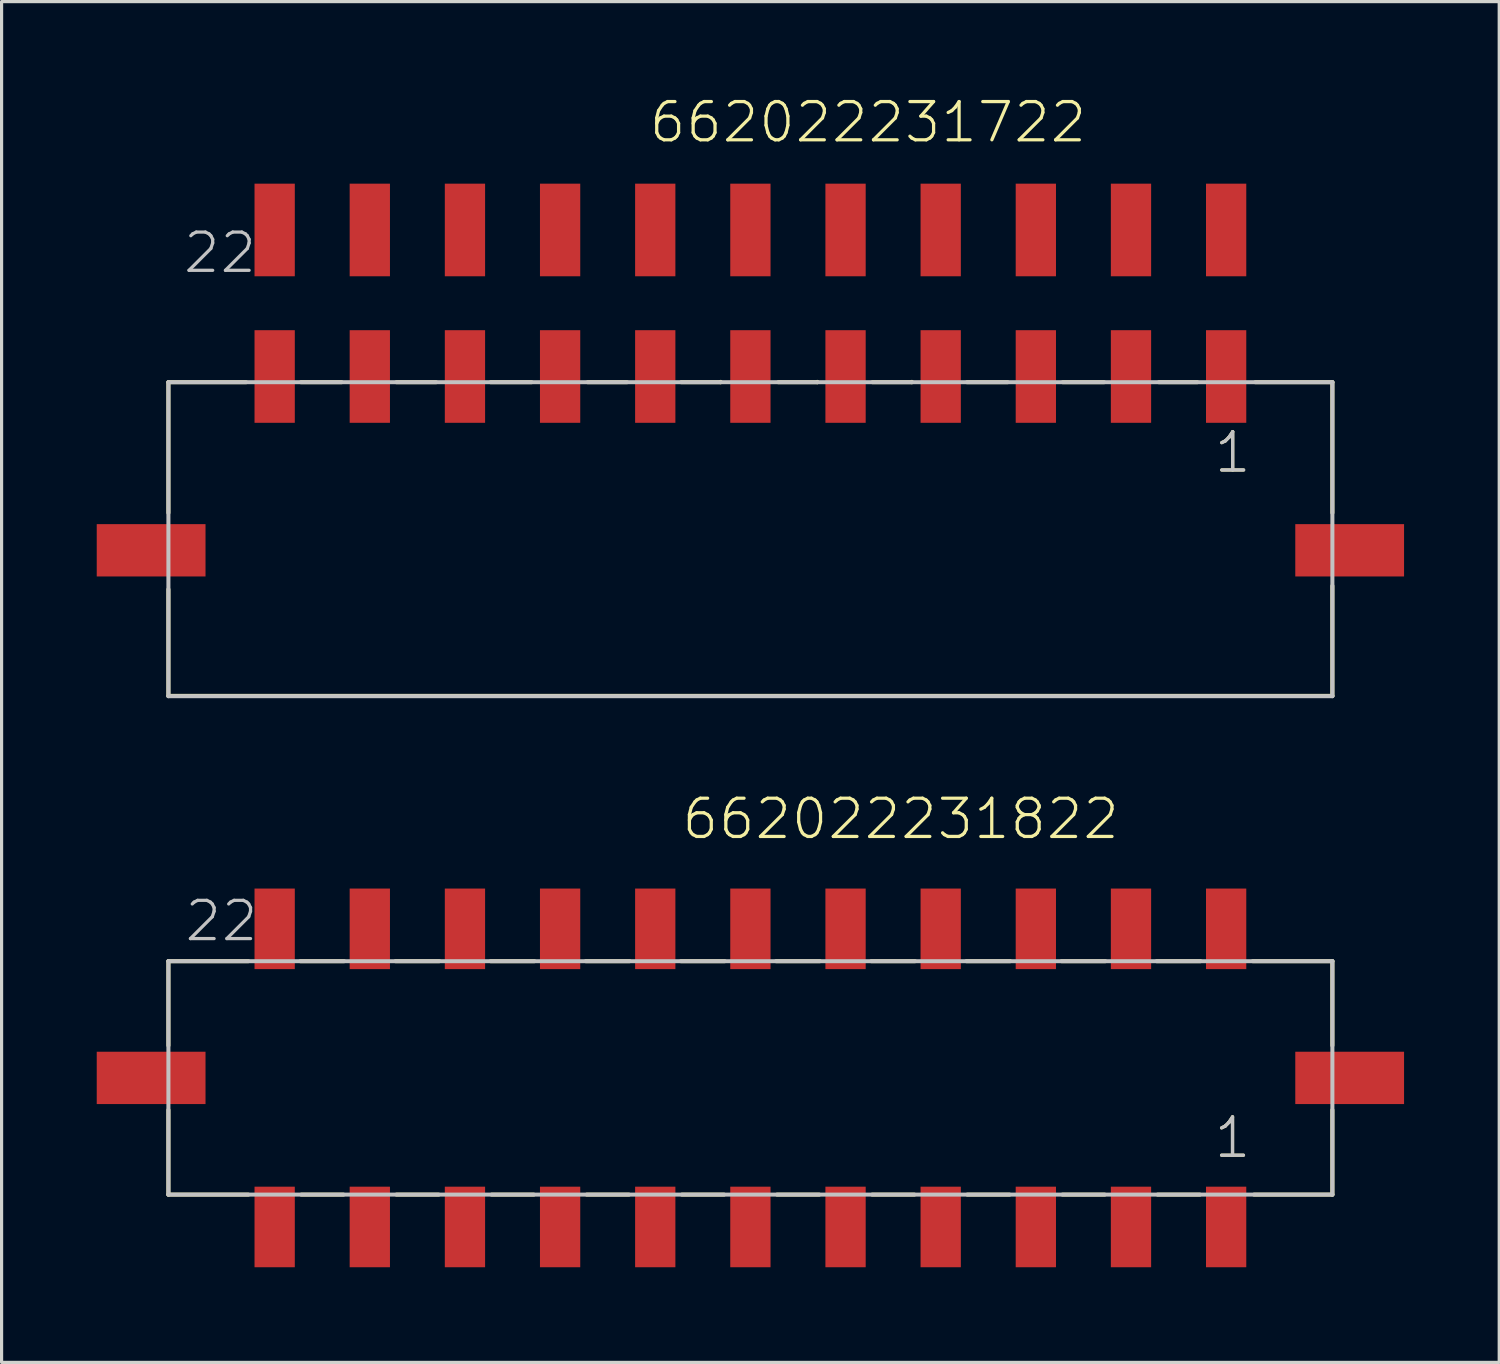
<source format=kicad_pcb>
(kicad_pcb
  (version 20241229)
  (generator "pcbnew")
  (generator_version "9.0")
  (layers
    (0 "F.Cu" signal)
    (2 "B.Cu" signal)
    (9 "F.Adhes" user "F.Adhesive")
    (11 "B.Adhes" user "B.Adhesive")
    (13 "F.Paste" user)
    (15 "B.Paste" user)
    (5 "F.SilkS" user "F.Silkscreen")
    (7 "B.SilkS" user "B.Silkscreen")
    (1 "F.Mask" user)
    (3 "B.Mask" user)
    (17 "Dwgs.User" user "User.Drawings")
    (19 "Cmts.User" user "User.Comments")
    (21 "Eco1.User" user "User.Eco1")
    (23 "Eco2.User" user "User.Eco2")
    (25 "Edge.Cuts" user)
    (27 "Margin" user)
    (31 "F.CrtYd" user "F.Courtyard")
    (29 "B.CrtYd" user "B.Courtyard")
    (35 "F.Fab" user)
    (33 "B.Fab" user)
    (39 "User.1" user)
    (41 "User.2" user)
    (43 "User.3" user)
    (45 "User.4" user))
  (footprint "662022231722"
    (layer "F.Cu")
    (at 20.61 14.301)
    (property "Reference" "662022231722" (at -3.25 -12.79 0) (layer "F.SilkS") (effects (font (size 1.206 1.206) (thickness 0.102)) (justify left bottom)))
    (attr through_hole)
    (fp_line (start -18.35 -5.3) (end -18.35 -1.18) (stroke (width 0.127) (type solid)) (layer "F.SilkS"))
    (fp_line (start -18.35 1.23) (end -18.35 4.59) (stroke (width 0.127) (type solid)) (layer "F.SilkS"))
    (fp_line (start -18.35 4.59) (end 18.35 4.59) (stroke (width 0.127) (type solid)) (layer "F.SilkS"))
    (fp_line (start -15.9 -5.3) (end -18.35 -5.3) (stroke (width 0.127) (type solid)) (layer "F.SilkS"))
    (fp_line (start -14.17 -5.3) (end -12.89 -5.3) (stroke (width 0.127) (type solid)) (layer "F.SilkS"))
    (fp_line (start -11.16 -5.3) (end -9.91 -5.3) (stroke (width 0.127) (type solid)) (layer "F.SilkS"))
    (fp_line (start -8.19 -5.3) (end -6.9 -5.3) (stroke (width 0.127) (type solid)) (layer "F.SilkS"))
    (fp_line (start -5.13 -5.3) (end -3.89 -5.3) (stroke (width 0.127) (type solid)) (layer "F.SilkS"))
    (fp_line (start -2.18 -5.3) (end -0.94 -5.3) (stroke (width 0.127) (type solid)) (layer "F.SilkS"))
    (fp_line (start -0.94 -5.3) (end -0.94 -5.31) (stroke (width 0.127) (type solid)) (layer "F.SilkS"))
    (fp_line (start 0.88 -5.3) (end 2.11 -5.3) (stroke (width 0.127) (type solid)) (layer "F.SilkS"))
    (fp_line (start 2.11 -5.3) (end 2.11 -5.31) (stroke (width 0.127) (type solid)) (layer "F.SilkS"))
    (fp_line (start 3.85 -5.3) (end 5.09 -5.3) (stroke (width 0.127) (type solid)) (layer "F.SilkS"))
    (fp_line (start 5.09 -5.3) (end 5.09 -5.31) (stroke (width 0.127) (type solid)) (layer "F.SilkS"))
    (fp_line (start 6.83 -5.3) (end 8.11 -5.3) (stroke (width 0.127) (type solid)) (layer "F.SilkS"))
    (fp_line (start 9.85 -5.3) (end 11.15 -5.3) (stroke (width 0.127) (type solid)) (layer "F.SilkS"))
    (fp_line (start 12.88 -5.3) (end 14.09 -5.3) (stroke (width 0.127) (type solid)) (layer "F.SilkS"))
    (fp_line (start 15.92 -5.3) (end 18.35 -5.3) (stroke (width 0.127) (type solid)) (layer "F.SilkS"))
    (fp_line (start 18.35 -5.3) (end 18.35 -1.18) (stroke (width 0.127) (type solid)) (layer "F.SilkS"))
    (fp_line (start 18.35 4.59) (end 18.35 1.12) (stroke (width 0.127) (type solid)) (layer "F.SilkS"))
    (fp_line (start -18.35 -5.3) (end 18.35 -5.3) (stroke (width 0.127) (type solid)) (layer "Dwgs.User"))
    (fp_line (start -18.35 4.6) (end -18.35 -5.3) (stroke (width 0.127) (type solid)) (layer "Dwgs.User"))
    (fp_line (start 18.35 -5.3) (end 18.35 4.6) (stroke (width 0.127) (type solid)) (layer "Dwgs.User"))
    (fp_line (start 18.35 4.6) (end -18.35 4.6) (stroke (width 0.127) (type solid)) (layer "Dwgs.User"))
    (fp_text user "1" (at 14.565 -2.38 0) (layer "F.SilkS") (effects (font (size 1.206 1.206) (thickness 0.102)) (justify left bottom)))
    (fp_text user "22" (at -17.94 -8.675 0) (layer "Dwgs.User") (effects (font (size 1.206 1.206) (thickness 0.102)) (justify left bottom)))
    (fp_text user "1" (at 14.565 -2.38 0) (layer "Dwgs.User") (effects (font (size 1.206 1.206) (thickness 0.102)) (justify left bottom)))
    (pad "1" smd rect (at 15 -5.48 90) (size 2.92 1.27) (layers "F.Cu" "F.Mask" "F.Paste"))
    (pad "2" smd rect (at 12 -5.48 90) (size 2.92 1.27) (layers "F.Cu" "F.Mask" "F.Paste"))
    (pad "3" smd rect (at 9 -5.48 90) (size 2.92 1.27) (layers "F.Cu" "F.Mask" "F.Paste"))
    (pad "4" smd rect (at 6 -5.48 90) (size 2.92 1.27) (layers "F.Cu" "F.Mask" "F.Paste"))
    (pad "5" smd rect (at 3 -5.48 90) (size 2.92 1.27) (layers "F.Cu" "F.Mask" "F.Paste"))
    (pad "6" smd rect (at 0 -5.48 90) (size 2.92 1.27) (layers "F.Cu" "F.Mask" "F.Paste"))
    (pad "7" smd rect (at -3 -5.48 90) (size 2.92 1.27) (layers "F.Cu" "F.Mask" "F.Paste"))
    (pad "8" smd rect (at -6 -5.48 90) (size 2.92 1.27) (layers "F.Cu" "F.Mask" "F.Paste"))
    (pad "9" smd rect (at -9 -5.48 90) (size 2.92 1.27) (layers "F.Cu" "F.Mask" "F.Paste"))
    (pad "10" smd rect (at -12 -5.48 90) (size 2.92 1.27) (layers "F.Cu" "F.Mask" "F.Paste"))
    (pad "11" smd rect (at -15 -5.48 90) (size 2.92 1.27) (layers "F.Cu" "F.Mask" "F.Paste"))
    (pad "12" smd rect (at 15 -10.1 90) (size 2.92 1.27) (layers "F.Cu" "F.Mask" "F.Paste"))
    (pad "13" smd rect (at 12 -10.1 90) (size 2.92 1.27) (layers "F.Cu" "F.Mask" "F.Paste"))
    (pad "14" smd rect (at 9 -10.1 90) (size 2.92 1.27) (layers "F.Cu" "F.Mask" "F.Paste"))
    (pad "15" smd rect (at 6 -10.1 90) (size 2.92 1.27) (layers "F.Cu" "F.Mask" "F.Paste"))
    (pad "16" smd rect (at 3 -10.1 90) (size 2.92 1.27) (layers "F.Cu" "F.Mask" "F.Paste"))
    (pad "17" smd rect (at 0 -10.1 90) (size 2.92 1.27) (layers "F.Cu" "F.Mask" "F.Paste"))
    (pad "18" smd rect (at -3 -10.1 90) (size 2.92 1.27) (layers "F.Cu" "F.Mask" "F.Paste"))
    (pad "19" smd rect (at -6 -10.1 90) (size 2.92 1.27) (layers "F.Cu" "F.Mask" "F.Paste"))
    (pad "20" smd rect (at -9 -10.1 90) (size 2.92 1.27) (layers "F.Cu" "F.Mask" "F.Paste"))
    (pad "21" smd rect (at -12 -10.1 90) (size 2.92 1.27) (layers "F.Cu" "F.Mask" "F.Paste"))
    (pad "22" smd rect (at -15 -10.1 90) (size 2.92 1.27) (layers "F.Cu" "F.Mask" "F.Paste"))
    (pad "M1" smd rect (at 18.895 0) (size 3.43 1.65) (layers "F.Cu" "F.Mask" "F.Paste"))
    (pad "M2" smd rect (at -18.895 0) (size 3.43 1.65) (layers "F.Cu" "F.Mask" "F.Paste")))
  (footprint "662022231822"
    (layer "F.Cu")
    (at 20.61 30.936)
    (property "Reference" "662022231822" (at -2.22 -7.46 0) (layer "F.SilkS") (effects (font (size 1.206 1.206) (thickness 0.102)) (justify left bottom)))
    (attr through_hole)
    (fp_line (start -18.35 -3.68) (end -18.35 -1.02) (stroke (width 0.127) (type solid)) (layer "F.SilkS"))
    (fp_line (start -18.35 1.01) (end -18.35 3.68) (stroke (width 0.127) (type solid)) (layer "F.SilkS"))
    (fp_line (start -15.83 -3.68) (end -18.35 -3.68) (stroke (width 0.127) (type solid)) (layer "F.SilkS"))
    (fp_line (start -15.83 3.68) (end -18.35 3.68) (stroke (width 0.127) (type solid)) (layer "F.SilkS"))
    (fp_line (start -14.19 -3.68) (end -12.81 -3.68) (stroke (width 0.127) (type solid)) (layer "F.SilkS"))
    (fp_line (start -14.16 3.68) (end -12.83 3.68) (stroke (width 0.127) (type solid)) (layer "F.SilkS"))
    (fp_line (start -11.19 -3.68) (end -9.81 -3.68) (stroke (width 0.127) (type solid)) (layer "F.SilkS"))
    (fp_line (start -11.16 3.68) (end -9.83 3.68) (stroke (width 0.127) (type solid)) (layer "F.SilkS"))
    (fp_line (start -8.19 -3.68) (end -6.81 -3.68) (stroke (width 0.127) (type solid)) (layer "F.SilkS"))
    (fp_line (start -8.16 3.68) (end -6.83 3.68) (stroke (width 0.127) (type solid)) (layer "F.SilkS"))
    (fp_line (start -5.19 -3.68) (end -3.81 -3.68) (stroke (width 0.127) (type solid)) (layer "F.SilkS"))
    (fp_line (start -5.16 3.68) (end -3.83 3.68) (stroke (width 0.127) (type solid)) (layer "F.SilkS"))
    (fp_line (start -2.19 -3.68) (end -0.81 -3.68) (stroke (width 0.127) (type solid)) (layer "F.SilkS"))
    (fp_line (start -2.16 3.68) (end -0.83 3.68) (stroke (width 0.127) (type solid)) (layer "F.SilkS"))
    (fp_line (start 0.81 -3.68) (end 2.19 -3.68) (stroke (width 0.127) (type solid)) (layer "F.SilkS"))
    (fp_line (start 0.84 3.68) (end 2.17 3.68) (stroke (width 0.127) (type solid)) (layer "F.SilkS"))
    (fp_line (start 3.81 -3.68) (end 5.19 -3.68) (stroke (width 0.127) (type solid)) (layer "F.SilkS"))
    (fp_line (start 3.84 3.68) (end 5.17 3.68) (stroke (width 0.127) (type solid)) (layer "F.SilkS"))
    (fp_line (start 6.81 -3.68) (end 8.19 -3.68) (stroke (width 0.127) (type solid)) (layer "F.SilkS"))
    (fp_line (start 6.84 3.68) (end 8.17 3.68) (stroke (width 0.127) (type solid)) (layer "F.SilkS"))
    (fp_line (start 9.81 -3.68) (end 11.19 -3.68) (stroke (width 0.127) (type solid)) (layer "F.SilkS"))
    (fp_line (start 9.84 3.68) (end 11.17 3.68) (stroke (width 0.127) (type solid)) (layer "F.SilkS"))
    (fp_line (start 12.81 -3.68) (end 14.19 -3.68) (stroke (width 0.127) (type solid)) (layer "F.SilkS"))
    (fp_line (start 12.84 3.68) (end 14.17 3.68) (stroke (width 0.127) (type solid)) (layer "F.SilkS"))
    (fp_line (start 15.84 -3.68) (end 18.35 -3.68) (stroke (width 0.127) (type solid)) (layer "F.SilkS"))
    (fp_line (start 18.35 -3.68) (end 18.35 -1.02) (stroke (width 0.127) (type solid)) (layer "F.SilkS"))
    (fp_line (start 18.35 1.01) (end 18.35 3.68) (stroke (width 0.127) (type solid)) (layer "F.SilkS"))
    (fp_line (start 18.35 3.68) (end 15.88 3.68) (stroke (width 0.127) (type solid)) (layer "F.SilkS"))
    (fp_line (start -18.35 -3.68) (end 18.35 -3.68) (stroke (width 0.127) (type solid)) (layer "Dwgs.User"))
    (fp_line (start -18.35 3.68) (end -18.35 -3.68) (stroke (width 0.127) (type solid)) (layer "Dwgs.User"))
    (fp_line (start 18.35 -3.68) (end 18.35 3.68) (stroke (width 0.127) (type solid)) (layer "Dwgs.User"))
    (fp_line (start 18.35 3.68) (end -18.35 3.68) (stroke (width 0.127) (type solid)) (layer "Dwgs.User"))
    (fp_text user "1" (at 14.56 2.59 0) (layer "F.SilkS") (effects (font (size 1.206 1.206) (thickness 0.102)) (justify left bottom)))
    (fp_text user "22" (at -17.895 -4.24 0) (layer "Dwgs.User") (effects (font (size 1.206 1.206) (thickness 0.102)) (justify left bottom)))
    (fp_text user "1" (at 14.56 2.59 0) (layer "Dwgs.User") (effects (font (size 1.206 1.206) (thickness 0.102)) (justify left bottom)))
    (pad "1" smd rect (at 15 4.7 90) (size 2.54 1.27) (layers "F.Cu" "F.Mask" "F.Paste"))
    (pad "2" smd rect (at 12 4.7 90) (size 2.54 1.27) (layers "F.Cu" "F.Mask" "F.Paste"))
    (pad "3" smd rect (at 9 4.7 90) (size 2.54 1.27) (layers "F.Cu" "F.Mask" "F.Paste"))
    (pad "4" smd rect (at 6 4.7 90) (size 2.54 1.27) (layers "F.Cu" "F.Mask" "F.Paste"))
    (pad "5" smd rect (at 3 4.7 90) (size 2.54 1.27) (layers "F.Cu" "F.Mask" "F.Paste"))
    (pad "6" smd rect (at 0 4.7 90) (size 2.54 1.27) (layers "F.Cu" "F.Mask" "F.Paste"))
    (pad "7" smd rect (at -3 4.7 90) (size 2.54 1.27) (layers "F.Cu" "F.Mask" "F.Paste"))
    (pad "8" smd rect (at -6 4.7 90) (size 2.54 1.27) (layers "F.Cu" "F.Mask" "F.Paste"))
    (pad "9" smd rect (at -9 4.7 90) (size 2.54 1.27) (layers "F.Cu" "F.Mask" "F.Paste"))
    (pad "10" smd rect (at -12 4.7 90) (size 2.54 1.27) (layers "F.Cu" "F.Mask" "F.Paste"))
    (pad "11" smd rect (at -15 4.7 90) (size 2.54 1.27) (layers "F.Cu" "F.Mask" "F.Paste"))
    (pad "12" smd rect (at 15 -4.7 90) (size 2.54 1.27) (layers "F.Cu" "F.Mask" "F.Paste"))
    (pad "13" smd rect (at 12 -4.7 90) (size 2.54 1.27) (layers "F.Cu" "F.Mask" "F.Paste"))
    (pad "14" smd rect (at 9 -4.7 90) (size 2.54 1.27) (layers "F.Cu" "F.Mask" "F.Paste"))
    (pad "15" smd rect (at 6 -4.7 90) (size 2.54 1.27) (layers "F.Cu" "F.Mask" "F.Paste"))
    (pad "16" smd rect (at 3 -4.7 90) (size 2.54 1.27) (layers "F.Cu" "F.Mask" "F.Paste"))
    (pad "17" smd rect (at 0 -4.7 90) (size 2.54 1.27) (layers "F.Cu" "F.Mask" "F.Paste"))
    (pad "18" smd rect (at -3 -4.7 90) (size 2.54 1.27) (layers "F.Cu" "F.Mask" "F.Paste"))
    (pad "19" smd rect (at -6 -4.7 90) (size 2.54 1.27) (layers "F.Cu" "F.Mask" "F.Paste"))
    (pad "20" smd rect (at -9 -4.7 90) (size 2.54 1.27) (layers "F.Cu" "F.Mask" "F.Paste"))
    (pad "21" smd rect (at -12 -4.7 90) (size 2.54 1.27) (layers "F.Cu" "F.Mask" "F.Paste"))
    (pad "22" smd rect (at -15 -4.7 90) (size 2.54 1.27) (layers "F.Cu" "F.Mask" "F.Paste"))
    (pad "M1" smd rect (at 18.895 0 180) (size 3.43 1.65) (layers "F.Cu" "F.Mask" "F.Paste"))
    (pad "M2" smd rect (at -18.895 0 180) (size 3.43 1.65) (layers "F.Cu" "F.Mask" "F.Paste")))
  (gr_rect
    (start -3 -3)
    (end 44.22 39.906)
    (stroke (width 0.1) (type default))
    (fill no)
    (layer "Edge.Cuts")))
</source>
